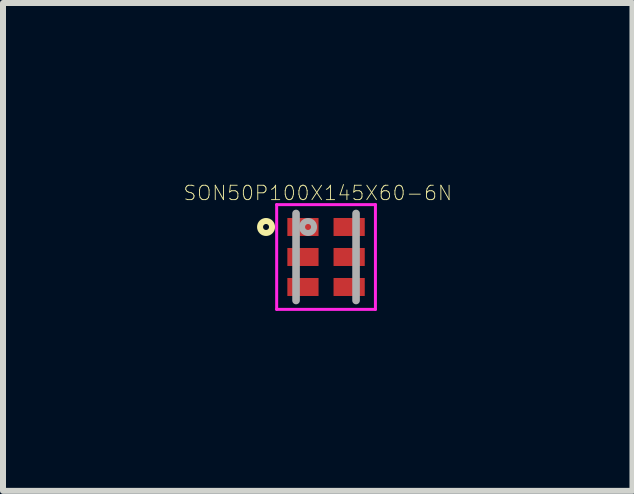
<source format=kicad_pcb>
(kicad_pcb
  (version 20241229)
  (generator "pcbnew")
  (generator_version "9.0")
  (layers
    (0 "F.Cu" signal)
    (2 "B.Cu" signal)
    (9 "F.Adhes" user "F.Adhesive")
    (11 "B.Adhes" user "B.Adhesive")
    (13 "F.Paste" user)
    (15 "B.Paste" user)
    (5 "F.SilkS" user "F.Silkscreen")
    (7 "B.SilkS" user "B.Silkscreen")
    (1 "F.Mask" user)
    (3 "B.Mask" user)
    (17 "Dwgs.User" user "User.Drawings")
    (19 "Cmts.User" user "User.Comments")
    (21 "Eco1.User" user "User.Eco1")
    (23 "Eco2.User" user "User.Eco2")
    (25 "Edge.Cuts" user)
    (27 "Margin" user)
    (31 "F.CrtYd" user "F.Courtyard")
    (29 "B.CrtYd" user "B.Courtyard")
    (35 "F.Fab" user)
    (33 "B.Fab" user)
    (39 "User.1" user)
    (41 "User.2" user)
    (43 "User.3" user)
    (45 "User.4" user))
  (footprint "SON50P100X145X60-6N"
    (layer "F.Cu")
    (at 2.384 1.233)
    (property "Reference" "SON50P100X145X60-6N" (at -0.138 -1.066 0) (layer "F.SilkS") (effects (font (size 0.24 0.24) (thickness 0.015))))
    (attr through_hole)
    (fp_circle (center -1 -0.5) (end -0.9 -0.5) (stroke (width 0.1) (type solid)) (fill no) (layer "F.SilkS"))
    (fp_line (start -0.823 -0.873) (end 0.823 -0.873) (stroke (width 0.05) (type solid)) (layer "F.CrtYd"))
    (fp_line (start -0.823 0.873) (end -0.823 -0.873) (stroke (width 0.05) (type solid)) (layer "F.CrtYd"))
    (fp_line (start 0.823 -0.873) (end 0.823 0.873) (stroke (width 0.05) (type solid)) (layer "F.CrtYd"))
    (fp_line (start 0.823 0.873) (end -0.823 0.873) (stroke (width 0.05) (type solid)) (layer "F.CrtYd"))
    (fp_line (start -0.5 -0.725) (end -0.5 0.725) (stroke (width 0.127) (type solid)) (layer "F.Fab"))
    (fp_line (start 0.5 -0.725) (end 0.5 0.725) (stroke (width 0.127) (type solid)) (layer "F.Fab"))
    (fp_circle (center -0.3 -0.5) (end -0.2 -0.5) (stroke (width 0.1) (type solid)) (fill no) (layer "F.Fab"))
    (pad "1" smd rect (at -0.385 -0.5) (size 0.52 0.3) (layers "F.Cu" "F.Mask" "F.Paste"))
    (pad "2" smd rect (at -0.385 0) (size 0.52 0.3) (layers "F.Cu" "F.Mask" "F.Paste"))
    (pad "3" smd rect (at -0.385 0.5) (size 0.52 0.3) (layers "F.Cu" "F.Mask" "F.Paste"))
    (pad "4" smd rect (at 0.385 0.5) (size 0.52 0.3) (layers "F.Cu" "F.Mask" "F.Paste"))
    (pad "5" smd rect (at 0.385 0) (size 0.52 0.3) (layers "F.Cu" "F.Mask" "F.Paste"))
    (pad "6" smd rect (at 0.385 -0.5) (size 0.52 0.3) (layers "F.Cu" "F.Mask" "F.Paste")))
  (gr_rect
    (start -3 -3)
    (end 7.491 5.131)
    (stroke (width 0.1) (type default))
    (fill no)
    (layer "Edge.Cuts")))
</source>
